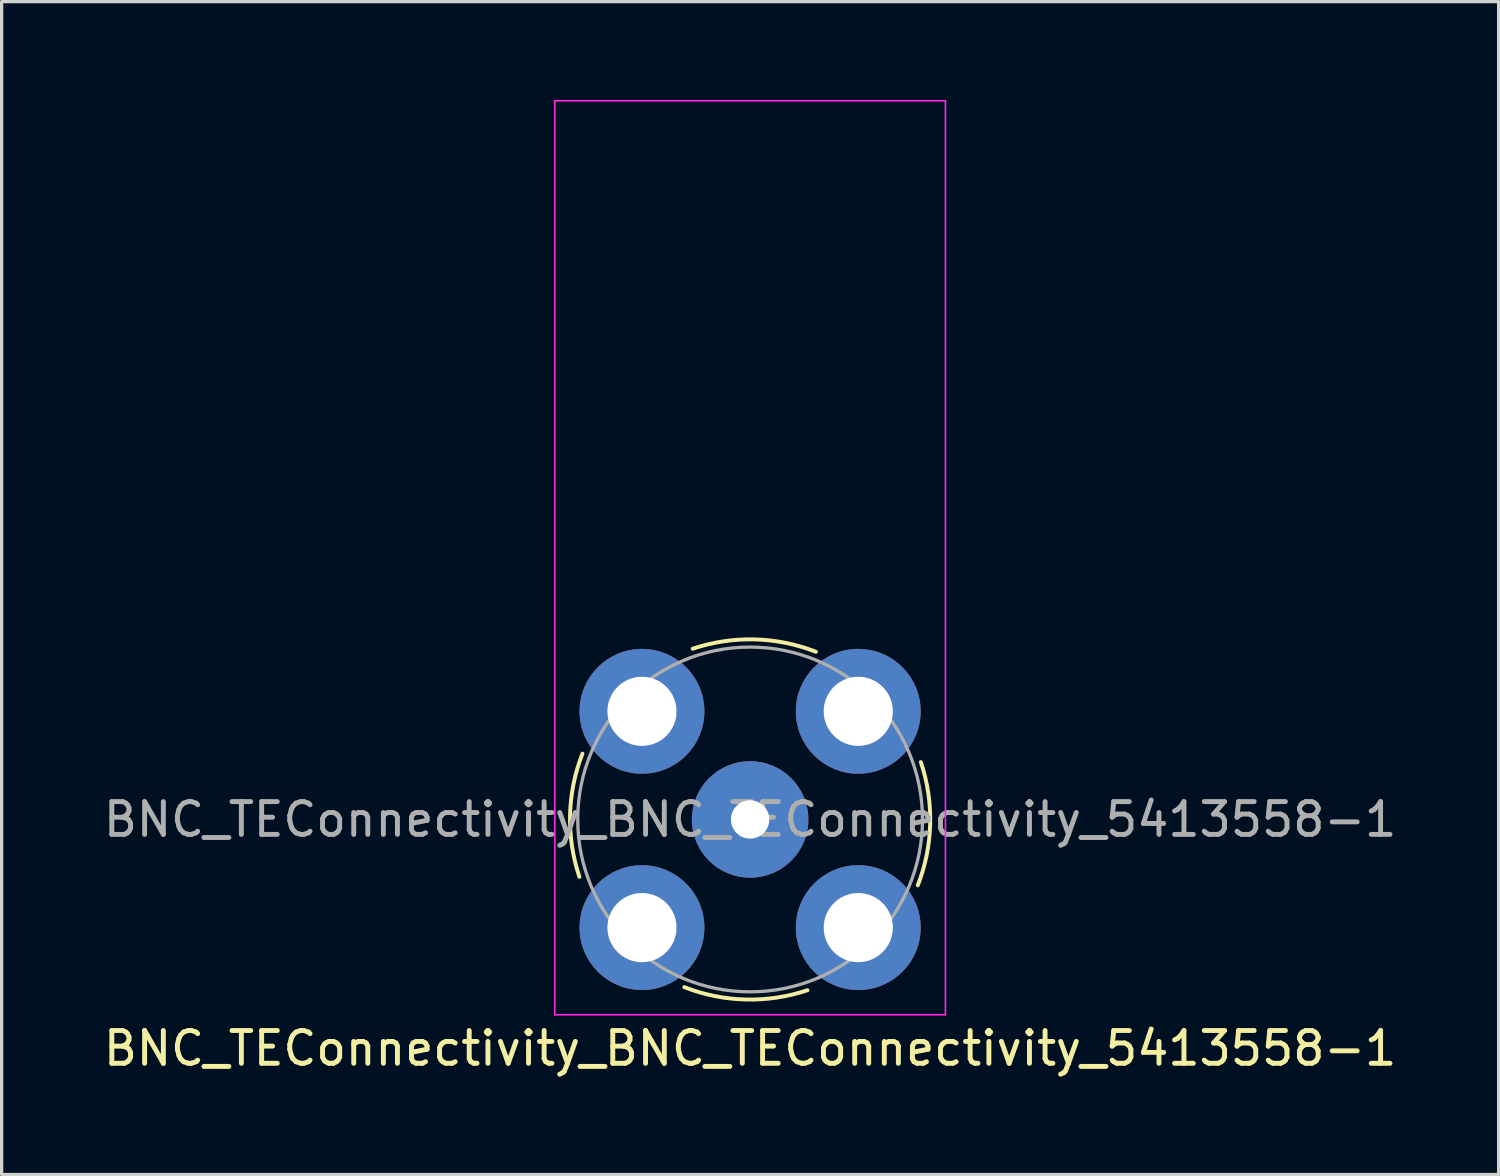
<source format=kicad_pcb>
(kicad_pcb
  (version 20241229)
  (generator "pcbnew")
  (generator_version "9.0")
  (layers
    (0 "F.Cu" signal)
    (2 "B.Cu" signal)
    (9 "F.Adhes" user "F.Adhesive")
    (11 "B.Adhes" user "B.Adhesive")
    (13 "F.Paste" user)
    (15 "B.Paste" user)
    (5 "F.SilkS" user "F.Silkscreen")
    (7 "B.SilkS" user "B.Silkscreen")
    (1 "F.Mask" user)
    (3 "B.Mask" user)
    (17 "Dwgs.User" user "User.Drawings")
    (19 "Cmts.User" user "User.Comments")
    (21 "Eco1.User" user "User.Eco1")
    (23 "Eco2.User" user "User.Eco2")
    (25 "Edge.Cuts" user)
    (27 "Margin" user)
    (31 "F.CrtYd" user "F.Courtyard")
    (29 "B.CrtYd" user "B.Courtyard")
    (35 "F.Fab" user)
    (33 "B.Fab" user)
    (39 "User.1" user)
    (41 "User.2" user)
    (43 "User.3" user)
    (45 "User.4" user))
  (footprint "BNC_TEConnectivity_BNC_TEConnectivity_5413558-1"
    (layer "F.Cu")
    (at 19.839 21.955)
    (property "Reference" "BNC_TEConnectivity_BNC_TEConnectivity_5413558-1" (at 0 6.985 0) (layer "F.SilkS") (effects (font (size 1 1) (thickness 0.15))))
    (attr through_hole)
    (fp_arc (start -5.21 1.75) (mid -5.494334 -0.137463) (end -5.11597 -2.008346) (stroke (width 0.12) (type solid)) (layer "F.SilkS"))
    (fp_arc (start -1.75 -5.21) (mid 0.137463 -5.494334) (end 2.008346 -5.11597) (stroke (width 0.12) (type solid)) (layer "F.SilkS"))
    (fp_arc (start 1.75 5.21) (mid -0.137463 5.494334) (end -2.008346 5.11597) (stroke (width 0.12) (type solid)) (layer "F.SilkS"))
    (fp_arc (start 5.21 -1.75) (mid 5.494334 0.137463) (end 5.11597 2.008346) (stroke (width 0.12) (type solid)) (layer "F.SilkS"))
    (fp_line (start -5.96 -21.93) (end 5.96 -21.93) (stroke (width 0.05) (type solid)) (layer "F.CrtYd"))
    (fp_line (start -5.96 5.96) (end -5.96 -21.93) (stroke (width 0.05) (type solid)) (layer "F.CrtYd"))
    (fp_line (start 5.96 -21.93) (end 5.96 5.96) (stroke (width 0.05) (type solid)) (layer "F.CrtYd"))
    (fp_line (start 5.96 5.96) (end -5.96 5.96) (stroke (width 0.05) (type solid)) (layer "F.CrtYd"))
    (fp_circle (center 0 0) (end 5.26 0) (stroke (width 0.1) (type solid)) (fill no) (layer "F.Fab"))
    (fp_text user "${REFERENCE}" (at 0 0 0) (layer "F.Fab") (effects (font (size 1 1) (thickness 0.15))))
    (pad "1" thru_hole circle (at 0 0) (size 3.556 3.556) (drill 1.17) (layers "*.Cu" "*.Mask"))
    (pad "2" thru_hole circle (at -3.3 -3.3) (size 3.81 3.81) (drill 2.11) (layers "*.Cu" "*.Mask"))
    (pad "2" thru_hole circle (at -3.3 3.3) (size 3.81 3.81) (drill 2.11) (layers "*.Cu" "*.Mask"))
    (pad "2" thru_hole circle (at 3.3 -3.3) (size 3.81 3.81) (drill 2.11) (layers "*.Cu" "*.Mask"))
    (pad "2" thru_hole circle (at 3.3 3.3) (size 3.81 3.81) (drill 2.11) (layers "*.Cu" "*.Mask")))
  (gr_rect
    (start -3 -3)
    (end 42.679 32.788)
    (stroke (width 0.1) (type default))
    (fill no)
    (layer "Edge.Cuts")))
</source>
